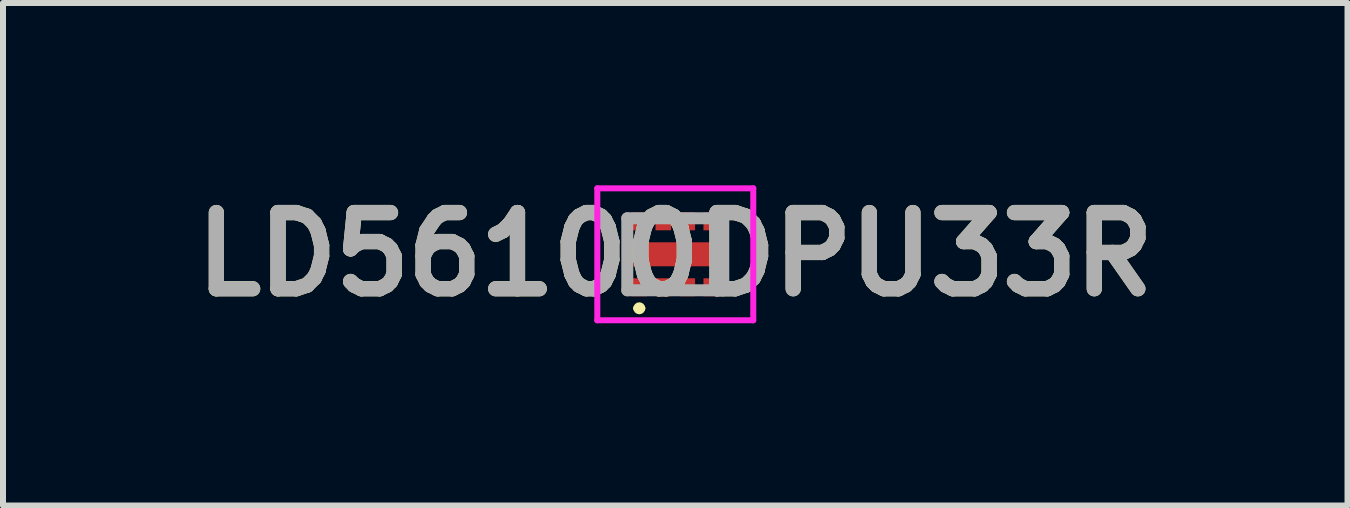
<source format=kicad_pcb>
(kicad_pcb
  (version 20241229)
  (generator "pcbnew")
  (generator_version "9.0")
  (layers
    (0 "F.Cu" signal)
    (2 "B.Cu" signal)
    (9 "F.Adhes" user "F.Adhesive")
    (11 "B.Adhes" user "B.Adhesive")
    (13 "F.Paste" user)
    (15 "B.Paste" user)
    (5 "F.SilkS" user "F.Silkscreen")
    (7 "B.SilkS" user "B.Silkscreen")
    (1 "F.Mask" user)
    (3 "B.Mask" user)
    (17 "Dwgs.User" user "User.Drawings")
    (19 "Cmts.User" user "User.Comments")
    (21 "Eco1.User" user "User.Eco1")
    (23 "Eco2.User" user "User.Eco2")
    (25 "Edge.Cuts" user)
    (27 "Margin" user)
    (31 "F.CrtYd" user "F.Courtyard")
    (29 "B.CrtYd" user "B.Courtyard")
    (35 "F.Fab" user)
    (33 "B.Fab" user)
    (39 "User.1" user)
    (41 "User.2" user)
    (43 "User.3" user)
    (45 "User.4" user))
  (footprint "LD56100DPU33R"
    (layer "F.Cu")
    (at 8.207 1.189)
    (property "Reference" "LD56100DPU33R" (at 0 0 0) (layer "F.SilkS") (effects (font (size 1.27 1.27) (thickness 0.254))))
    (attr smd)
    (fp_line (start -0.65 0.9) (end -0.65 0.9) (stroke (width 0.1) (type solid)) (layer "F.SilkS"))
    (fp_line (start -0.55 0.9) (end -0.55 0.9) (stroke (width 0.1) (type solid)) (layer "F.SilkS"))
    (fp_arc (start -0.65 0.9) (mid -0.6 0.85) (end -0.55 0.9) (stroke (width 0.1) (type solid)) (layer "F.SilkS"))
    (fp_arc (start -0.55 0.9) (mid -0.6 0.95) (end -0.65 0.9) (stroke (width 0.1) (type solid)) (layer "F.SilkS"))
    (fp_line (start -1.3 -1.1) (end 1.3 -1.1) (stroke (width 0.1) (type solid)) (layer "F.CrtYd"))
    (fp_line (start -1.3 1.1) (end -1.3 -1.1) (stroke (width 0.1) (type solid)) (layer "F.CrtYd"))
    (fp_line (start 1.3 -1.1) (end 1.3 1.1) (stroke (width 0.1) (type solid)) (layer "F.CrtYd"))
    (fp_line (start 1.3 1.1) (end -1.3 1.1) (stroke (width 0.1) (type solid)) (layer "F.CrtYd"))
    (fp_line (start -0.8 -0.6) (end 0.8 -0.6) (stroke (width 0.2) (type solid)) (layer "F.Fab"))
    (fp_line (start -0.8 0.6) (end -0.8 -0.6) (stroke (width 0.2) (type solid)) (layer "F.Fab"))
    (fp_line (start 0.8 -0.6) (end 0.8 0.6) (stroke (width 0.2) (type solid)) (layer "F.Fab"))
    (fp_line (start 0.8 0.6) (end -0.8 0.6) (stroke (width 0.2) (type solid)) (layer "F.Fab"))
    (fp_text user "${REFERENCE}" (at 0 0 0) (layer "F.Fab") (effects (font (size 1.27 1.27) (thickness 0.254))))
    (pad "1" smd rect (at -0.6 0.55) (size 0.26 0.3) (layers "F.Cu" "F.Mask" "F.Paste"))
    (pad "2" smd rect (at -0.2 0.55) (size 0.26 0.3) (layers "F.Cu" "F.Mask" "F.Paste"))
    (pad "3" smd rect (at 0.2 0.55) (size 0.26 0.3) (layers "F.Cu" "F.Mask" "F.Paste"))
    (pad "4" smd rect (at 0.6 0.55) (size 0.26 0.3) (layers "F.Cu" "F.Mask" "F.Paste"))
    (pad "5" smd rect (at 0.6 -0.55) (size 0.26 0.3) (layers "F.Cu" "F.Mask" "F.Paste"))
    (pad "6" smd rect (at 0.2 -0.55) (size 0.26 0.3) (layers "F.Cu" "F.Mask" "F.Paste"))
    (pad "7" smd rect (at -0.2 -0.55) (size 0.26 0.3) (layers "F.Cu" "F.Mask" "F.Paste"))
    (pad "8" smd rect (at -0.6 -0.55) (size 0.26 0.3) (layers "F.Cu" "F.Mask" "F.Paste"))
    (pad "9" smd rect (at 0 0 90) (size 0.4 1.4) (layers "F.Cu" "F.Mask" "F.Paste")))
  (gr_rect
    (start -3 -3)
    (end 19.413 5.377)
    (stroke (width 0.1) (type default))
    (fill no)
    (layer "Edge.Cuts")))
</source>
